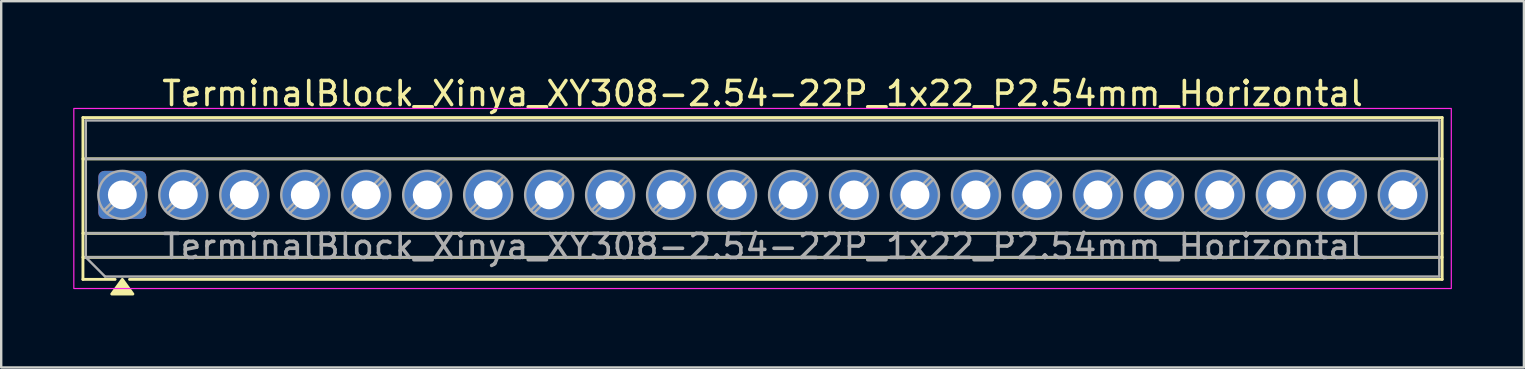
<source format=kicad_pcb>
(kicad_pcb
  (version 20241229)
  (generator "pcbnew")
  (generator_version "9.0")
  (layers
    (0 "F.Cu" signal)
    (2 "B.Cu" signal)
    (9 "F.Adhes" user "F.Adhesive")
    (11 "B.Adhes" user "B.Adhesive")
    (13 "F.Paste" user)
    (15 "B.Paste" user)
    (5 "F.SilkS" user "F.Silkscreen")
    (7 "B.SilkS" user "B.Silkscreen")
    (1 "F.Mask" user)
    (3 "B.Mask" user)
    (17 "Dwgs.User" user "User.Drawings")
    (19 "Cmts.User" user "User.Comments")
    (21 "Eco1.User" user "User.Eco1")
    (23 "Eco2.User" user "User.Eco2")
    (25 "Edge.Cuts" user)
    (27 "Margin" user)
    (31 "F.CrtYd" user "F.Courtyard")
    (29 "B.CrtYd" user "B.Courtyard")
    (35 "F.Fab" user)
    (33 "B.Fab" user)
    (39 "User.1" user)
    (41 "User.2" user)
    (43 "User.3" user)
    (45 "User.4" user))
  (footprint "TerminalBlock_Xinya_XY308-2.54-22P_1x22_P2.54mm_Horizontal"
    (layer "F.Cu")
    (at 2.045 5.068)
    (property "Reference" "TerminalBlock_Xinya_XY308-2.54-22P_1x22_P2.54mm_Horizontal" (at 26.67 -4.22 0) (layer "F.SilkS") (effects (font (size 1 1) (thickness 0.15))))
    (attr through_hole)
    (fp_line (start -1.64 -3.22) (end 54.98 -3.22) (stroke (width 0.12) (type solid)) (layer "F.SilkS"))
    (fp_line (start -1.64 -1.5) (end 54.98 -1.5) (stroke (width 0.12) (type solid)) (layer "F.SilkS"))
    (fp_line (start -1.64 1.6) (end 54.98 1.6) (stroke (width 0.12) (type solid)) (layer "F.SilkS"))
    (fp_line (start -1.64 2.6) (end 54.98 2.6) (stroke (width 0.12) (type solid)) (layer "F.SilkS"))
    (fp_line (start -1.64 3.52) (end -1.64 -3.22) (stroke (width 0.12) (type solid)) (layer "F.SilkS"))
    (fp_line (start -0.3 3.52) (end -1.64 3.52) (stroke (width 0.12) (type solid)) (layer "F.SilkS"))
    (fp_line (start 54.98 -3.22) (end 54.98 3.52) (stroke (width 0.12) (type solid)) (layer "F.SilkS"))
    (fp_line (start 54.98 3.52) (end 0.3 3.52) (stroke (width 0.12) (type solid)) (layer "F.SilkS"))
    (fp_poly (pts (xy 0 3.52) (xy 0.44 4.13) (xy -0.44 4.13)) (stroke (width 0.12) (type solid)) (fill yes) (layer "F.SilkS"))
    (fp_rect (start -2.02 -3.6) (end 55.36 3.9) (stroke (width 0.05) (type solid)) (fill no) (layer "F.CrtYd"))
    (fp_line (start -1.52 -3.1) (end 54.86 -3.1) (stroke (width 0.1) (type solid)) (layer "F.Fab"))
    (fp_line (start -1.52 -1.5) (end 54.86 -1.5) (stroke (width 0.1) (type solid)) (layer "F.Fab"))
    (fp_line (start -1.52 1.6) (end 54.86 1.6) (stroke (width 0.1) (type solid)) (layer "F.Fab"))
    (fp_line (start -1.52 2.6) (end -1.52 -3.1) (stroke (width 0.1) (type solid)) (layer "F.Fab"))
    (fp_line (start -1.52 2.6) (end 54.86 2.6) (stroke (width 0.1) (type solid)) (layer "F.Fab"))
    (fp_line (start -0.72 3.4) (end -1.52 2.6) (stroke (width 0.1) (type solid)) (layer "F.Fab"))
    (fp_line (start 0.636 -0.758) (end -0.758 0.636) (stroke (width 0.1) (type solid)) (layer "F.Fab"))
    (fp_line (start 0.758 -0.636) (end -0.636 0.758) (stroke (width 0.1) (type solid)) (layer "F.Fab"))
    (fp_line (start 3.176 -0.758) (end 1.782 0.636) (stroke (width 0.1) (type solid)) (layer "F.Fab"))
    (fp_line (start 3.298 -0.636) (end 1.904 0.758) (stroke (width 0.1) (type solid)) (layer "F.Fab"))
    (fp_line (start 5.716 -0.758) (end 4.322 0.636) (stroke (width 0.1) (type solid)) (layer "F.Fab"))
    (fp_line (start 5.838 -0.636) (end 4.444 0.758) (stroke (width 0.1) (type solid)) (layer "F.Fab"))
    (fp_line (start 8.256 -0.758) (end 6.862 0.636) (stroke (width 0.1) (type solid)) (layer "F.Fab"))
    (fp_line (start 8.378 -0.636) (end 6.984 0.758) (stroke (width 0.1) (type solid)) (layer "F.Fab"))
    (fp_line (start 10.796 -0.758) (end 9.402 0.636) (stroke (width 0.1) (type solid)) (layer "F.Fab"))
    (fp_line (start 10.918 -0.636) (end 9.524 0.758) (stroke (width 0.1) (type solid)) (layer "F.Fab"))
    (fp_line (start 13.336 -0.758) (end 11.942 0.636) (stroke (width 0.1) (type solid)) (layer "F.Fab"))
    (fp_line (start 13.458 -0.636) (end 12.064 0.758) (stroke (width 0.1) (type solid)) (layer "F.Fab"))
    (fp_line (start 15.876 -0.758) (end 14.482 0.636) (stroke (width 0.1) (type solid)) (layer "F.Fab"))
    (fp_line (start 15.998 -0.636) (end 14.604 0.758) (stroke (width 0.1) (type solid)) (layer "F.Fab"))
    (fp_line (start 18.416 -0.758) (end 17.022 0.636) (stroke (width 0.1) (type solid)) (layer "F.Fab"))
    (fp_line (start 18.538 -0.636) (end 17.144 0.758) (stroke (width 0.1) (type solid)) (layer "F.Fab"))
    (fp_line (start 20.956 -0.758) (end 19.562 0.636) (stroke (width 0.1) (type solid)) (layer "F.Fab"))
    (fp_line (start 21.078 -0.636) (end 19.684 0.758) (stroke (width 0.1) (type solid)) (layer "F.Fab"))
    (fp_line (start 23.496 -0.758) (end 22.102 0.636) (stroke (width 0.1) (type solid)) (layer "F.Fab"))
    (fp_line (start 23.618 -0.636) (end 22.224 0.758) (stroke (width 0.1) (type solid)) (layer "F.Fab"))
    (fp_line (start 26.036 -0.758) (end 24.642 0.636) (stroke (width 0.1) (type solid)) (layer "F.Fab"))
    (fp_line (start 26.158 -0.636) (end 24.764 0.758) (stroke (width 0.1) (type solid)) (layer "F.Fab"))
    (fp_line (start 28.576 -0.758) (end 27.182 0.636) (stroke (width 0.1) (type solid)) (layer "F.Fab"))
    (fp_line (start 28.698 -0.636) (end 27.304 0.758) (stroke (width 0.1) (type solid)) (layer "F.Fab"))
    (fp_line (start 31.116 -0.758) (end 29.722 0.636) (stroke (width 0.1) (type solid)) (layer "F.Fab"))
    (fp_line (start 31.238 -0.636) (end 29.844 0.758) (stroke (width 0.1) (type solid)) (layer "F.Fab"))
    (fp_line (start 33.656 -0.758) (end 32.262 0.636) (stroke (width 0.1) (type solid)) (layer "F.Fab"))
    (fp_line (start 33.778 -0.636) (end 32.384 0.758) (stroke (width 0.1) (type solid)) (layer "F.Fab"))
    (fp_line (start 36.196 -0.758) (end 34.802 0.636) (stroke (width 0.1) (type solid)) (layer "F.Fab"))
    (fp_line (start 36.318 -0.636) (end 34.924 0.758) (stroke (width 0.1) (type solid)) (layer "F.Fab"))
    (fp_line (start 38.736 -0.758) (end 37.342 0.636) (stroke (width 0.1) (type solid)) (layer "F.Fab"))
    (fp_line (start 38.858 -0.636) (end 37.464 0.758) (stroke (width 0.1) (type solid)) (layer "F.Fab"))
    (fp_line (start 41.276 -0.758) (end 39.882 0.636) (stroke (width 0.1) (type solid)) (layer "F.Fab"))
    (fp_line (start 41.398 -0.636) (end 40.004 0.758) (stroke (width 0.1) (type solid)) (layer "F.Fab"))
    (fp_line (start 43.816 -0.758) (end 42.422 0.636) (stroke (width 0.1) (type solid)) (layer "F.Fab"))
    (fp_line (start 43.938 -0.636) (end 42.544 0.758) (stroke (width 0.1) (type solid)) (layer "F.Fab"))
    (fp_line (start 46.356 -0.758) (end 44.962 0.636) (stroke (width 0.1) (type solid)) (layer "F.Fab"))
    (fp_line (start 46.478 -0.636) (end 45.084 0.758) (stroke (width 0.1) (type solid)) (layer "F.Fab"))
    (fp_line (start 48.896 -0.758) (end 47.502 0.636) (stroke (width 0.1) (type solid)) (layer "F.Fab"))
    (fp_line (start 49.018 -0.636) (end 47.624 0.758) (stroke (width 0.1) (type solid)) (layer "F.Fab"))
    (fp_line (start 51.436 -0.758) (end 50.042 0.636) (stroke (width 0.1) (type solid)) (layer "F.Fab"))
    (fp_line (start 51.558 -0.636) (end 50.164 0.758) (stroke (width 0.1) (type solid)) (layer "F.Fab"))
    (fp_line (start 53.976 -0.758) (end 52.582 0.636) (stroke (width 0.1) (type solid)) (layer "F.Fab"))
    (fp_line (start 54.098 -0.636) (end 52.704 0.758) (stroke (width 0.1) (type solid)) (layer "F.Fab"))
    (fp_line (start 54.86 -3.1) (end 54.86 3.4) (stroke (width 0.1) (type solid)) (layer "F.Fab"))
    (fp_line (start 54.86 3.4) (end -0.72 3.4) (stroke (width 0.1) (type solid)) (layer "F.Fab"))
    (fp_circle (center 0 0) (end 1 0) (stroke (width 0.1) (type solid)) (fill no) (layer "F.Fab"))
    (fp_circle (center 2.54 0) (end 3.54 0) (stroke (width 0.1) (type solid)) (fill no) (layer "F.Fab"))
    (fp_circle (center 5.08 0) (end 6.08 0) (stroke (width 0.1) (type solid)) (fill no) (layer "F.Fab"))
    (fp_circle (center 7.62 0) (end 8.62 0) (stroke (width 0.1) (type solid)) (fill no) (layer "F.Fab"))
    (fp_circle (center 10.16 0) (end 11.16 0) (stroke (width 0.1) (type solid)) (fill no) (layer "F.Fab"))
    (fp_circle (center 12.7 0) (end 13.7 0) (stroke (width 0.1) (type solid)) (fill no) (layer "F.Fab"))
    (fp_circle (center 15.24 0) (end 16.24 0) (stroke (width 0.1) (type solid)) (fill no) (layer "F.Fab"))
    (fp_circle (center 17.78 0) (end 18.78 0) (stroke (width 0.1) (type solid)) (fill no) (layer "F.Fab"))
    (fp_circle (center 20.32 0) (end 21.32 0) (stroke (width 0.1) (type solid)) (fill no) (layer "F.Fab"))
    (fp_circle (center 22.86 0) (end 23.86 0) (stroke (width 0.1) (type solid)) (fill no) (layer "F.Fab"))
    (fp_circle (center 25.4 0) (end 26.4 0) (stroke (width 0.1) (type solid)) (fill no) (layer "F.Fab"))
    (fp_circle (center 27.94 0) (end 28.94 0) (stroke (width 0.1) (type solid)) (fill no) (layer "F.Fab"))
    (fp_circle (center 30.48 0) (end 31.48 0) (stroke (width 0.1) (type solid)) (fill no) (layer "F.Fab"))
    (fp_circle (center 33.02 0) (end 34.02 0) (stroke (width 0.1) (type solid)) (fill no) (layer "F.Fab"))
    (fp_circle (center 35.56 0) (end 36.56 0) (stroke (width 0.1) (type solid)) (fill no) (layer "F.Fab"))
    (fp_circle (center 38.1 0) (end 39.1 0) (stroke (width 0.1) (type solid)) (fill no) (layer "F.Fab"))
    (fp_circle (center 40.64 0) (end 41.64 0) (stroke (width 0.1) (type solid)) (fill no) (layer "F.Fab"))
    (fp_circle (center 43.18 0) (end 44.18 0) (stroke (width 0.1) (type solid)) (fill no) (layer "F.Fab"))
    (fp_circle (center 45.72 0) (end 46.72 0) (stroke (width 0.1) (type solid)) (fill no) (layer "F.Fab"))
    (fp_circle (center 48.26 0) (end 49.26 0) (stroke (width 0.1) (type solid)) (fill no) (layer "F.Fab"))
    (fp_circle (center 50.8 0) (end 51.8 0) (stroke (width 0.1) (type solid)) (fill no) (layer "F.Fab"))
    (fp_circle (center 53.34 0) (end 54.34 0) (stroke (width 0.1) (type solid)) (fill no) (layer "F.Fab"))
    (fp_text user "${REFERENCE}" (at 26.67 2.15 0) (layer "F.Fab") (effects (font (size 1 1) (thickness 0.15))))
    (pad "1" thru_hole roundrect (at 0 0) (size 2 2) (drill 1.2) (layers "*.Cu" "*.Mask") (roundrect_rratio 0.125))
    (pad "2" thru_hole circle (at 2.54 0) (size 2 2) (drill 1.2) (layers "*.Cu" "*.Mask"))
    (pad "3" thru_hole circle (at 5.08 0) (size 2 2) (drill 1.2) (layers "*.Cu" "*.Mask"))
    (pad "4" thru_hole circle (at 7.62 0) (size 2 2) (drill 1.2) (layers "*.Cu" "*.Mask"))
    (pad "5" thru_hole circle (at 10.16 0) (size 2 2) (drill 1.2) (layers "*.Cu" "*.Mask"))
    (pad "6" thru_hole circle (at 12.7 0) (size 2 2) (drill 1.2) (layers "*.Cu" "*.Mask"))
    (pad "7" thru_hole circle (at 15.24 0) (size 2 2) (drill 1.2) (layers "*.Cu" "*.Mask"))
    (pad "8" thru_hole circle (at 17.78 0) (size 2 2) (drill 1.2) (layers "*.Cu" "*.Mask"))
    (pad "9" thru_hole circle (at 20.32 0) (size 2 2) (drill 1.2) (layers "*.Cu" "*.Mask"))
    (pad "10" thru_hole circle (at 22.86 0) (size 2 2) (drill 1.2) (layers "*.Cu" "*.Mask"))
    (pad "11" thru_hole circle (at 25.4 0) (size 2 2) (drill 1.2) (layers "*.Cu" "*.Mask"))
    (pad "12" thru_hole circle (at 27.94 0) (size 2 2) (drill 1.2) (layers "*.Cu" "*.Mask"))
    (pad "13" thru_hole circle (at 30.48 0) (size 2 2) (drill 1.2) (layers "*.Cu" "*.Mask"))
    (pad "14" thru_hole circle (at 33.02 0) (size 2 2) (drill 1.2) (layers "*.Cu" "*.Mask"))
    (pad "15" thru_hole circle (at 35.56 0) (size 2 2) (drill 1.2) (layers "*.Cu" "*.Mask"))
    (pad "16" thru_hole circle (at 38.1 0) (size 2 2) (drill 1.2) (layers "*.Cu" "*.Mask"))
    (pad "17" thru_hole circle (at 40.64 0) (size 2 2) (drill 1.2) (layers "*.Cu" "*.Mask"))
    (pad "18" thru_hole circle (at 43.18 0) (size 2 2) (drill 1.2) (layers "*.Cu" "*.Mask"))
    (pad "19" thru_hole circle (at 45.72 0) (size 2 2) (drill 1.2) (layers "*.Cu" "*.Mask"))
    (pad "20" thru_hole circle (at 48.26 0) (size 2 2) (drill 1.2) (layers "*.Cu" "*.Mask"))
    (pad "21" thru_hole circle (at 50.8 0) (size 2 2) (drill 1.2) (layers "*.Cu" "*.Mask"))
    (pad "22" thru_hole circle (at 53.34 0) (size 2 2) (drill 1.2) (layers "*.Cu" "*.Mask")))
  (gr_rect
    (start -3 -3)
    (end 60.43 12.258)
    (stroke (width 0.1) (type default))
    (fill no)
    (layer "Edge.Cuts")))
</source>
